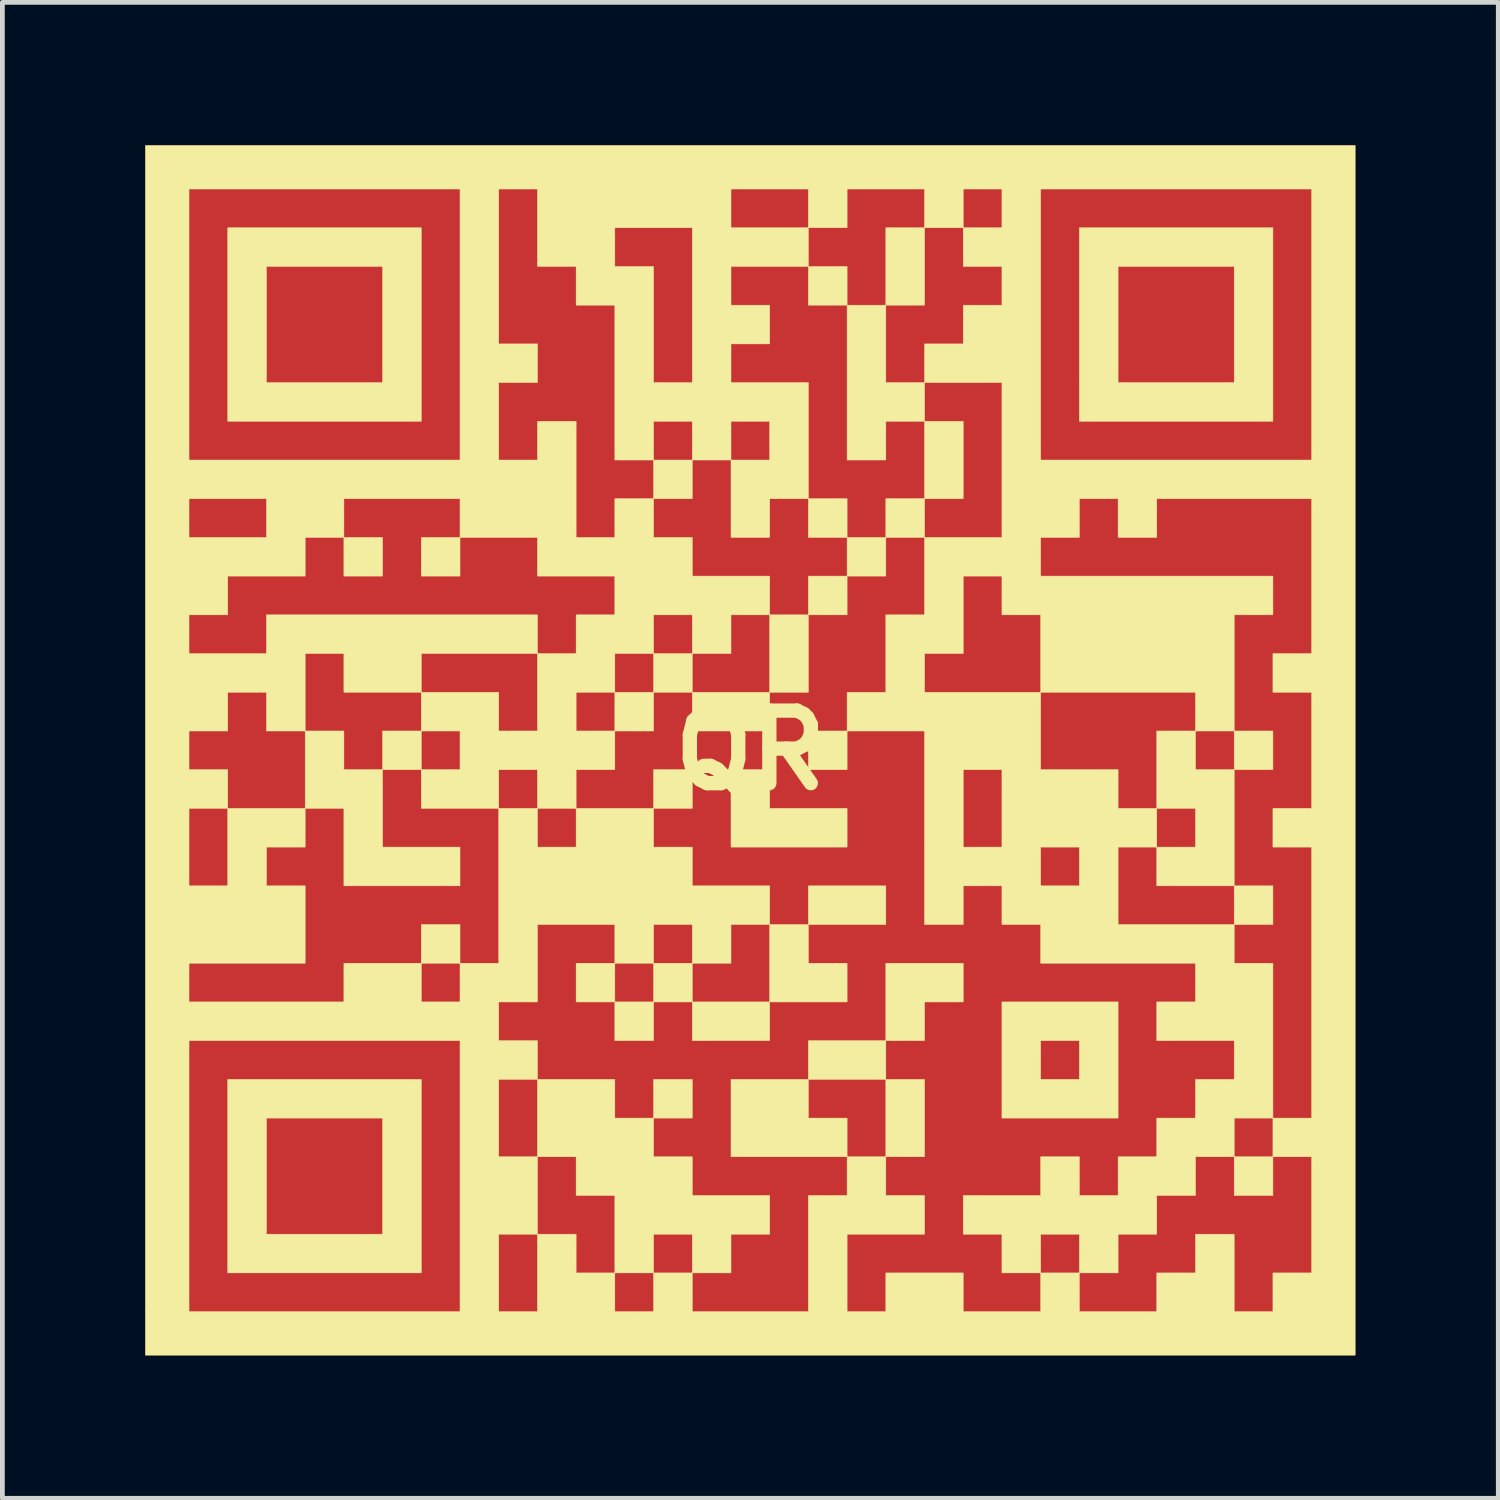
<source format=kicad_pcb>
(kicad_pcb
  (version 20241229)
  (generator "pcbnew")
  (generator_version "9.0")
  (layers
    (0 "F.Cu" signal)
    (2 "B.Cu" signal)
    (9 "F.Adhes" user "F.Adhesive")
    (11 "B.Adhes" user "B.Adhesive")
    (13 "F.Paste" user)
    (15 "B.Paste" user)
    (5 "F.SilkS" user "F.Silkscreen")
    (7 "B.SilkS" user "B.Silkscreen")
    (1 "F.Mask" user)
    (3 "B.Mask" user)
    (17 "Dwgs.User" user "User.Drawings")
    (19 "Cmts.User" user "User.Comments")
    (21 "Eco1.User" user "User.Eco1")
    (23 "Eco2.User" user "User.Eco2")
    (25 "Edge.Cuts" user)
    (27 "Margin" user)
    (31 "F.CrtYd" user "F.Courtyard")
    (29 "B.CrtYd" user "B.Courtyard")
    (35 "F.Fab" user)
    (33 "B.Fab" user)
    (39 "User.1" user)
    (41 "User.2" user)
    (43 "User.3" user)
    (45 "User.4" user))
  (footprint "QR"
    (layer "F.Cu")
    (at 12.705 12.705)
    (property "Reference" "QR" (at 0 0 0) (layer "F.SilkS") (effects (font (size 1.524 1.524) (thickness 0.3))))
    (attr through_hole)
    (fp_poly (pts (xy -7.722 -3.658) (xy -8.534 -3.658) (xy -8.534 -4.47) (xy -7.722 -4.47) (xy -7.722 -3.658)) (stroke (width 0.01) (type solid)) (fill yes) (layer "F.SilkS"))
    (fp_poly (pts (xy -6.909 0.406) (xy -7.722 0.406) (xy -7.722 -0.406) (xy -6.909 -0.406) (xy -6.909 0.406)) (stroke (width 0.01) (type solid)) (fill yes) (layer "F.SilkS"))
    (fp_poly (pts (xy -6.096 -3.658) (xy -6.909 -3.658) (xy -6.909 -4.47) (xy -6.096 -4.47) (xy -6.096 -3.658)) (stroke (width 0.01) (type solid)) (fill yes) (layer "F.SilkS"))
    (fp_poly (pts (xy -6.096 4.47) (xy -6.909 4.47) (xy -6.909 3.658) (xy -6.096 3.658) (xy -6.096 4.47)) (stroke (width 0.01) (type solid)) (fill yes) (layer "F.SilkS"))
    (fp_poly (pts (xy -2.845 5.283) (xy -3.658 5.283) (xy -3.658 4.47) (xy -2.845 4.47) (xy -2.845 5.283)) (stroke (width 0.01) (type solid)) (fill yes) (layer "F.SilkS"))
    (fp_poly (pts (xy -2.032 -0.406) (xy -2.845 -0.406) (xy -2.845 -1.219) (xy -2.032 -1.219) (xy -2.032 -0.406)) (stroke (width 0.01) (type solid)) (fill yes) (layer "F.SilkS"))
    (fp_poly (pts (xy -2.032 6.096) (xy -2.845 6.096) (xy -2.845 5.283) (xy -2.032 5.283) (xy -2.032 6.096)) (stroke (width 0.01) (type solid)) (fill yes) (layer "F.SilkS"))
    (fp_poly (pts (xy -1.219 -5.283) (xy -2.032 -5.283) (xy -2.032 -6.096) (xy -1.219 -6.096) (xy -1.219 -5.283)) (stroke (width 0.01) (type solid)) (fill yes) (layer "F.SilkS"))
    (fp_poly (pts (xy -1.219 -1.219) (xy -2.032 -1.219) (xy -2.032 -2.032) (xy -1.219 -2.032) (xy -1.219 -1.219)) (stroke (width 0.01) (type solid)) (fill yes) (layer "F.SilkS"))
    (fp_poly (pts (xy -1.219 1.219) (xy -2.032 1.219) (xy -2.032 0.406) (xy -1.219 0.406) (xy -1.219 1.219)) (stroke (width 0.01) (type solid)) (fill yes) (layer "F.SilkS"))
    (fp_poly (pts (xy -1.219 5.283) (xy -2.032 5.283) (xy -2.032 4.47) (xy -1.219 4.47) (xy -1.219 5.283)) (stroke (width 0.01) (type solid)) (fill yes) (layer "F.SilkS"))
    (fp_poly (pts (xy -1.219 7.722) (xy -2.032 7.722) (xy -2.032 6.909) (xy -1.219 6.909) (xy -1.219 7.722)) (stroke (width 0.01) (type solid)) (fill yes) (layer "F.SilkS"))
    (fp_poly (pts (xy 0.406 -0.406) (xy -1.219 -0.406) (xy -1.219 -1.219) (xy 0.406 -1.219) (xy 0.406 -0.406)) (stroke (width 0.01) (type solid)) (fill yes) (layer "F.SilkS"))
    (fp_poly (pts (xy 0.406 6.096) (xy -1.219 6.096) (xy -1.219 5.283) (xy 0.406 5.283) (xy 0.406 6.096)) (stroke (width 0.01) (type solid)) (fill yes) (layer "F.SilkS"))
    (fp_poly (pts (xy 1.219 -1.219) (xy 0.406 -1.219) (xy 0.406 -2.845) (xy 1.219 -2.845) (xy 1.219 -1.219)) (stroke (width 0.01) (type solid)) (fill yes) (layer "F.SilkS"))
    (fp_poly (pts (xy 2.032 -9.347) (xy 1.219 -9.347) (xy 1.219 -10.16) (xy 2.032 -10.16) (xy 2.032 -9.347)) (stroke (width 0.01) (type solid)) (fill yes) (layer "F.SilkS"))
    (fp_poly (pts (xy 2.032 -4.47) (xy 1.219 -4.47) (xy 1.219 -5.283) (xy 2.032 -5.283) (xy 2.032 -4.47)) (stroke (width 0.01) (type solid)) (fill yes) (layer "F.SilkS"))
    (fp_poly (pts (xy 2.032 -2.845) (xy 1.219 -2.845) (xy 1.219 -3.658) (xy 2.032 -3.658) (xy 2.032 -2.845)) (stroke (width 0.01) (type solid)) (fill yes) (layer "F.SilkS"))
    (fp_poly (pts (xy 2.032 0.406) (xy 1.219 0.406) (xy 1.219 -0.406) (xy 2.032 -0.406) (xy 2.032 0.406)) (stroke (width 0.01) (type solid)) (fill yes) (layer "F.SilkS"))
    (fp_poly (pts (xy 2.845 -3.658) (xy 2.032 -3.658) (xy 2.032 -4.47) (xy 2.845 -4.47) (xy 2.845 -3.658)) (stroke (width 0.01) (type solid)) (fill yes) (layer "F.SilkS"))
    (fp_poly (pts (xy 2.845 3.658) (xy 1.219 3.658) (xy 1.219 2.845) (xy 2.845 2.845) (xy 2.845 3.658)) (stroke (width 0.01) (type solid)) (fill yes) (layer "F.SilkS"))
    (fp_poly (pts (xy 2.845 6.909) (xy 1.219 6.909) (xy 1.219 6.096) (xy 2.845 6.096) (xy 2.845 6.909)) (stroke (width 0.01) (type solid)) (fill yes) (layer "F.SilkS"))
    (fp_poly (pts (xy 3.658 -9.347) (xy 2.845 -9.347) (xy 2.845 -10.973) (xy 3.658 -10.973) (xy 3.658 -9.347)) (stroke (width 0.01) (type solid)) (fill yes) (layer "F.SilkS"))
    (fp_poly (pts (xy 3.658 -4.47) (xy 2.845 -4.47) (xy 2.845 -5.283) (xy 3.658 -5.283) (xy 3.658 -4.47)) (stroke (width 0.01) (type solid)) (fill yes) (layer "F.SilkS"))
    (fp_poly (pts (xy 3.658 8.534) (xy 2.845 8.534) (xy 2.845 6.909) (xy 3.658 6.909) (xy 3.658 8.534)) (stroke (width 0.01) (type solid)) (fill yes) (layer "F.SilkS"))
    (fp_poly (pts (xy 4.47 -5.283) (xy 3.658 -5.283) (xy 3.658 -6.909) (xy 4.47 -6.909) (xy 4.47 -5.283)) (stroke (width 0.01) (type solid)) (fill yes) (layer "F.SilkS"))
    (fp_poly (pts (xy 10.973 0.406) (xy 10.16 0.406) (xy 10.16 -0.406) (xy 10.973 -0.406) (xy 10.973 0.406)) (stroke (width 0.01) (type solid)) (fill yes) (layer "F.SilkS"))
    (fp_poly (pts (xy 10.973 3.658) (xy 10.16 3.658) (xy 10.16 2.845) (xy 10.973 2.845) (xy 10.973 3.658)) (stroke (width 0.01) (type solid)) (fill yes) (layer "F.SilkS"))
    (fp_poly (pts (xy 10.973 9.347) (xy 10.16 9.347) (xy 10.16 8.534) (xy 10.973 8.534) (xy 10.973 9.347)) (stroke (width 0.01) (type solid)) (fill yes) (layer "F.SilkS"))
    (fp_poly (pts (xy 0.406 1.219) (xy 2.032 1.219) (xy 2.032 2.032) (xy -0.406 2.032) (xy -0.406 0.406) (xy 0.406 0.406) (xy 0.406 1.219)) (stroke (width 0.01) (type solid)) (fill yes) (layer "F.SilkS"))
    (fp_poly (pts (xy 1.219 4.47) (xy 2.032 4.47) (xy 2.032 5.283) (xy 0.406 5.283) (xy 0.406 3.658) (xy 1.219 3.658) (xy 1.219 4.47)) (stroke (width 0.01) (type solid)) (fill yes) (layer "F.SilkS"))
    (fp_poly (pts (xy 1.219 7.722) (xy 2.032 7.722) (xy 2.032 8.534) (xy -0.406 8.534) (xy -0.406 6.909) (xy 1.219 6.909) (xy 1.219 7.722)) (stroke (width 0.01) (type solid)) (fill yes) (layer "F.SilkS"))
    (fp_poly (pts (xy 4.47 5.283) (xy 3.658 5.283) (xy 3.658 6.096) (xy 2.845 6.096) (xy 2.845 4.47) (xy 4.47 4.47) (xy 4.47 5.283)) (stroke (width 0.01) (type solid)) (fill yes) (layer "F.SilkS"))
    (fp_poly (pts (xy 2.845 -7.722) (xy 3.658 -7.722) (xy 3.658 -6.909) (xy 2.845 -6.909) (xy 2.845 -6.096) (xy 2.032 -6.096) (xy 2.032 -9.347) (xy 2.845 -9.347) (xy 2.845 -7.722)) (stroke (width 0.01) (type solid)) (fill yes) (layer "F.SilkS"))
    (fp_poly (pts (xy -8.534 0.406) (xy -7.722 0.406) (xy -7.722 2.032) (xy -6.096 2.032) (xy -6.096 2.845) (xy -8.534 2.845) (xy -8.534 1.219) (xy -9.347 1.219) (xy -9.347 -0.406) (xy -8.534 -0.406) (xy -8.534 0.406)) (stroke (width 0.01) (type solid)) (fill yes) (layer "F.SilkS"))
    (fp_poly (pts (xy 9.347 0.406) (xy 10.16 0.406) (xy 10.16 2.845) (xy 8.534 2.845) (xy 8.534 2.032) (xy 9.347 2.032) (xy 9.347 1.219) (xy 8.534 1.219) (xy 8.534 -0.406) (xy 9.347 -0.406) (xy 9.347 0.406)) (stroke (width 0.01) (type solid)) (fill yes) (layer "F.SilkS"))
    (fp_poly (pts (xy -6.909 -6.909) (xy -10.973 -6.909) (xy -10.973 -10.16) (xy -10.16 -10.16) (xy -10.16 -7.722) (xy -7.722 -7.722) (xy -7.722 -10.16) (xy -10.16 -10.16) (xy -10.973 -10.16) (xy -10.973 -10.973) (xy -6.909 -10.973) (xy -6.909 -6.909)) (stroke (width 0.01) (type solid)) (fill yes) (layer "F.SilkS"))
    (fp_poly (pts (xy -6.909 10.973) (xy -10.973 10.973) (xy -10.973 7.722) (xy -10.16 7.722) (xy -10.16 10.16) (xy -7.722 10.16) (xy -7.722 7.722) (xy -10.16 7.722) (xy -10.973 7.722) (xy -10.973 6.909) (xy -6.909 6.909) (xy -6.909 10.973)) (stroke (width 0.01) (type solid)) (fill yes) (layer "F.SilkS"))
    (fp_poly (pts (xy 7.722 7.722) (xy 5.283 7.722) (xy 5.283 6.096) (xy 6.096 6.096) (xy 6.096 6.909) (xy 6.909 6.909) (xy 6.909 6.096) (xy 6.096 6.096) (xy 5.283 6.096) (xy 5.283 5.283) (xy 7.722 5.283) (xy 7.722 7.722)) (stroke (width 0.01) (type solid)) (fill yes) (layer "F.SilkS"))
    (fp_poly (pts (xy 10.973 -6.909) (xy 6.909 -6.909) (xy 6.909 -10.16) (xy 7.722 -10.16) (xy 7.722 -7.722) (xy 10.16 -7.722) (xy 10.16 -10.16) (xy 7.722 -10.16) (xy 6.909 -10.16) (xy 6.909 -10.973) (xy 10.973 -10.973) (xy 10.973 -6.909)) (stroke (width 0.01) (type solid)) (fill yes) (layer "F.SilkS"))
    (fp_poly (pts (xy -2.845 7.722) (xy -2.032 7.722) (xy -2.032 8.534) (xy -1.219 8.534) (xy -1.219 9.347) (xy 0.406 9.347) (xy 0.406 10.16) (xy -0.406 10.16) (xy -0.406 10.973) (xy -1.219 10.973) (xy -1.219 10.16) (xy -2.032 10.16) (xy -2.032 10.973) (xy -2.845 10.973) (xy -2.845 9.347) (xy -3.658 9.347) (xy -3.658 8.534) (xy -4.47 8.534) (xy -4.47 6.909) (xy -2.845 6.909) (xy -2.845 7.722)) (stroke (width 0.01) (type solid)) (fill yes) (layer "F.SilkS"))
    (fp_poly (pts (xy 12.7 12.7) (xy -12.7 12.7) (xy -12.7 6.096) (xy -11.786 6.096) (xy -11.786 11.786) (xy -6.096 11.786) (xy -6.096 10.16) (xy -5.283 10.16) (xy -5.283 11.786) (xy -4.47 11.786) (xy -4.47 10.16) (xy -5.283 10.16) (xy -6.096 10.16) (xy -6.096 6.096) (xy -11.786 6.096) (xy -12.7 6.096) (xy -12.7 4.47) (xy -11.786 4.47) (xy -11.786 5.283) (xy -8.534 5.283) (xy -8.534 4.47) (xy -6.909 4.47) (xy -6.909 5.283) (xy -6.096 5.283) (xy -6.096 4.47) (xy -5.283 4.47) (xy -5.283 1.219) (xy -6.909 1.219) (xy -6.909 0.406) (xy -6.096 0.406) (xy -5.283 0.406) (xy -5.283 1.219) (xy -4.47 1.219) (xy -4.47 2.032) (xy -3.658 2.032) (xy -3.658 1.219) (xy -4.47 1.219) (xy -4.47 0.406) (xy -5.283 0.406) (xy -6.096 0.406) (xy -6.096 -0.406) (xy -6.909 -0.406) (xy -6.909 -1.219) (xy -8.534 -1.219) (xy -8.534 -2.032) (xy -6.909 -2.032) (xy -6.909 -1.219) (xy -5.283 -1.219) (xy -5.283 -0.406) (xy -4.47 -0.406) (xy -4.47 -2.032) (xy -6.909 -2.032) (xy -8.534 -2.032) (xy -9.347 -2.032) (xy -9.347 -0.406) (xy -10.16 -0.406) (xy -10.16 -1.219) (xy -10.973 -1.219) (xy -10.973 -0.406) (xy -11.786 -0.406) (xy -11.786 0.406) (xy -10.973 0.406) (xy -10.973 1.219) (xy -9.347 1.219) (xy -9.347 2.032) (xy -10.16 2.032) (xy -10.16 2.845) (xy -9.347 2.845) (xy -9.347 4.47) (xy -11.786 4.47) (xy -12.7 4.47) (xy -12.7 1.219) (xy -11.786 1.219) (xy -11.786 2.845) (xy -10.973 2.845) (xy -10.973 1.219) (xy -11.786 1.219) (xy -12.7 1.219) (xy -12.7 -2.845) (xy -11.786 -2.845) (xy -11.786 -2.032) (xy -10.16 -2.032) (xy -10.16 -2.845) (xy -4.47 -2.845) (xy -4.47 -2.032) (xy -3.658 -2.032) (xy -3.658 -2.845) (xy -2.845 -2.845) (xy -2.845 -3.658) (xy -4.47 -3.658) (xy -4.47 -4.47) (xy -6.096 -4.47) (xy -6.096 -5.283) (xy -8.534 -5.283) (xy -8.534 -4.47) (xy -9.347 -4.47) (xy -9.347 -3.658) (xy -10.973 -3.658) (xy -10.973 -2.845) (xy -11.786 -2.845) (xy -12.7 -2.845) (xy -12.7 -5.283) (xy -11.786 -5.283) (xy -11.786 -4.47) (xy -10.16 -4.47) (xy -10.16 -5.283) (xy -11.786 -5.283) (xy -12.7 -5.283) (xy -12.7 -11.786) (xy -11.786 -11.786) (xy -11.786 -6.096) (xy -6.096 -6.096) (xy -6.096 -11.786) (xy -5.283 -11.786) (xy -5.283 -8.534) (xy -4.47 -8.534) (xy -4.47 -7.722) (xy -5.283 -7.722) (xy -5.283 -6.096) (xy -4.47 -6.096) (xy -4.47 -6.909) (xy -3.658 -6.909) (xy -3.658 -4.47) (xy -2.845 -4.47) (xy -2.845 -5.283) (xy -2.032 -5.283) (xy -2.032 -4.47) (xy -1.219 -4.47) (xy -1.219 -3.658) (xy 0.406 -3.658) (xy 0.406 -2.845) (xy -0.406 -2.845) (xy -0.406 -2.032) (xy -1.219 -2.032) (xy -1.219 -2.845) (xy -2.032 -2.845) (xy -2.032 -2.032) (xy -2.845 -2.032) (xy -2.845 -1.219) (xy -3.658 -1.219) (xy -3.658 -0.406) (xy -2.845 -0.406) (xy -2.845 0.406) (xy -3.658 0.406) (xy -3.658 1.219) (xy -2.032 1.219) (xy -2.032 2.032) (xy -1.219 2.032) (xy -1.219 2.845) (xy 0.406 2.845) (xy 0.406 3.658) (xy -0.406 3.658) (xy -0.406 4.47) (xy -1.219 4.47) (xy -1.219 3.658) (xy -2.032 3.658) (xy -2.032 4.47) (xy -2.845 4.47) (xy -2.845 3.658) (xy -4.47 3.658) (xy -4.47 5.283) (xy -5.283 5.283) (xy -5.283 6.096) (xy -4.47 6.096) (xy -4.47 6.909) (xy -5.283 6.909) (xy -5.283 8.534) (xy -4.47 8.534) (xy -4.47 10.16) (xy -3.658 10.16) (xy -3.658 10.973) (xy -2.845 10.973) (xy -2.845 11.786) (xy -2.032 11.786) (xy -2.032 10.973) (xy -1.219 10.973) (xy -1.219 11.786) (xy 1.219 11.786) (xy 1.219 9.347) (xy 2.032 9.347) (xy 2.032 8.534) (xy 2.845 8.534) (xy 2.845 9.347) (xy 3.658 9.347) (xy 3.658 10.16) (xy 2.032 10.16) (xy 2.032 11.786) (xy 2.845 11.786) (xy 2.845 10.973) (xy 4.47 10.973) (xy 4.47 11.786) (xy 6.096 11.786) (xy 6.096 10.973) (xy 5.283 10.973) (xy 5.283 10.16) (xy 6.096 10.16) (xy 6.096 10.973) (xy 6.909 10.973) (xy 6.909 11.786) (xy 8.534 11.786) (xy 8.534 10.973) (xy 9.347 10.973) (xy 9.347 10.16) (xy 10.16 10.16) (xy 10.16 11.786) (xy 10.973 11.786) (xy 10.973 10.973) (xy 11.786 10.973) (xy 11.786 8.534) (xy 10.973 8.534) (xy 10.973 7.722) (xy 10.16 7.722) (xy 10.16 8.534) (xy 9.347 8.534) (xy 9.347 9.347) (xy 8.534 9.347) (xy 8.534 10.16) (xy 7.722 10.16) (xy 7.722 10.973) (xy 6.909 10.973) (xy 6.909 10.16) (xy 6.096 10.16) (xy 5.283 10.16) (xy 4.47 10.16) (xy 4.47 9.347) (xy 6.096 9.347) (xy 6.096 8.534) (xy 6.909 8.534) (xy 6.909 9.347) (xy 7.722 9.347) (xy 7.722 8.534) (xy 8.534 8.534) (xy 8.534 7.722) (xy 9.347 7.722) (xy 9.347 6.909) (xy 10.16 6.909) (xy 10.16 6.096) (xy 8.534 6.096) (xy 8.534 5.283) (xy 9.347 5.283) (xy 9.347 4.47) (xy 6.096 4.47) (xy 6.096 3.658) (xy 5.283 3.658) (xy 5.283 2.845) (xy 4.47 2.845) (xy 4.47 3.658) (xy 3.658 3.658) (xy 3.658 0.406) (xy 4.47 0.406) (xy 4.47 2.032) (xy 5.283 2.032) (xy 6.096 2.032) (xy 6.096 2.845) (xy 6.909 2.845) (xy 6.909 2.032) (xy 6.096 2.032) (xy 5.283 2.032) (xy 5.283 0.406) (xy 4.47 0.406) (xy 3.658 0.406) (xy 3.658 -0.406) (xy 2.032 -0.406) (xy 2.032 -1.219) (xy 2.845 -1.219) (xy 2.845 -2.032) (xy 3.658 -2.032) (xy 3.658 -1.219) (xy 6.096 -1.219) (xy 6.096 -2.845) (xy 5.283 -2.845) (xy 5.283 -3.658) (xy 4.47 -3.658) (xy 4.47 -2.032) (xy 3.658 -2.032) (xy 2.845 -2.032) (xy 2.845 -2.845) (xy 3.658 -2.845) (xy 3.658 -4.47) (xy 5.283 -4.47) (xy 6.096 -4.47) (xy 6.096 -3.658) (xy 10.973 -3.658) (xy 10.973 -2.845) (xy 10.16 -2.845) (xy 10.16 -0.406) (xy 9.347 -0.406) (xy 9.347 -1.219) (xy 6.096 -1.219) (xy 6.096 0.406) (xy 7.722 0.406) (xy 7.722 1.219) (xy 8.534 1.219) (xy 8.534 2.032) (xy 7.722 2.032) (xy 7.722 3.658) (xy 10.16 3.658) (xy 10.16 4.47) (xy 10.973 4.47) (xy 10.973 7.722) (xy 11.786 7.722) (xy 11.786 2.032) (xy 10.973 2.032) (xy 10.973 1.219) (xy 11.786 1.219) (xy 11.786 -1.219) (xy 10.973 -1.219) (xy 10.973 -2.032) (xy 11.786 -2.032) (xy 11.786 -5.283) (xy 8.534 -5.283) (xy 8.534 -4.47) (xy 7.722 -4.47) (xy 7.722 -5.283) (xy 6.909 -5.283) (xy 6.909 -4.47) (xy 6.096 -4.47) (xy 5.283 -4.47) (xy 5.283 -7.722) (xy 3.658 -7.722) (xy 3.658 -8.534) (xy 4.47 -8.534) (xy 4.47 -9.347) (xy 5.283 -9.347) (xy 5.283 -10.16) (xy 4.47 -10.16) (xy 4.47 -10.973) (xy 3.658 -10.973) (xy 3.658 -11.786) (xy 4.47 -11.786) (xy 4.47 -10.973) (xy 5.283 -10.973) (xy 5.283 -11.786) (xy 6.096 -11.786) (xy 6.096 -6.096) (xy 11.786 -6.096) (xy 11.786 -11.786) (xy 6.096 -11.786) (xy 5.283 -11.786) (xy 4.47 -11.786) (xy 3.658 -11.786) (xy 2.032 -11.786) (xy 2.032 -10.973) (xy 1.219 -10.973) (xy 1.219 -10.16) (xy -0.406 -10.16) (xy -0.406 -9.347) (xy 0.406 -9.347) (xy 0.406 -8.534) (xy -0.406 -8.534) (xy -0.406 -7.722) (xy 1.219 -7.722) (xy 1.219 -5.283) (xy 0.406 -5.283) (xy 0.406 -4.47) (xy -0.406 -4.47) (xy -0.406 -6.096) (xy -1.219 -6.096) (xy -1.219 -6.909) (xy -0.406 -6.909) (xy -0.406 -6.096) (xy 0.406 -6.096) (xy 0.406 -6.909) (xy -0.406 -6.909) (xy -1.219 -6.909) (xy -2.032 -6.909) (xy -2.032 -6.096) (xy -2.845 -6.096) (xy -2.845 -9.347) (xy -3.658 -9.347) (xy -3.658 -10.16) (xy -4.47 -10.16) (xy -4.47 -10.973) (xy -2.845 -10.973) (xy -2.845 -10.16) (xy -2.032 -10.16) (xy -2.032 -7.722) (xy -1.219 -7.722) (xy -1.219 -10.973) (xy -2.845 -10.973) (xy -4.47 -10.973) (xy -4.47 -11.786) (xy -0.406 -11.786) (xy -0.406 -10.973) (xy 1.219 -10.973) (xy 1.219 -11.786) (xy -0.406 -11.786) (xy -4.47 -11.786) (xy -5.283 -11.786) (xy -6.096 -11.786) (xy -11.786 -11.786) (xy -12.7 -11.786) (xy -12.7 -12.7) (xy 12.7 -12.7) (xy 12.7 12.7)) (stroke (width 0.01) (type solid)) (fill yes) (layer "F.SilkS"))
    (pad "1" connect rect (at 0 0) (size 25.4 25.4) (layers "F.Cu")))
  (gr_rect
    (start -3 -3)
    (end 28.41 28.41)
    (stroke (width 0.1) (type default))
    (fill no)
    (layer "Edge.Cuts")))
</source>
